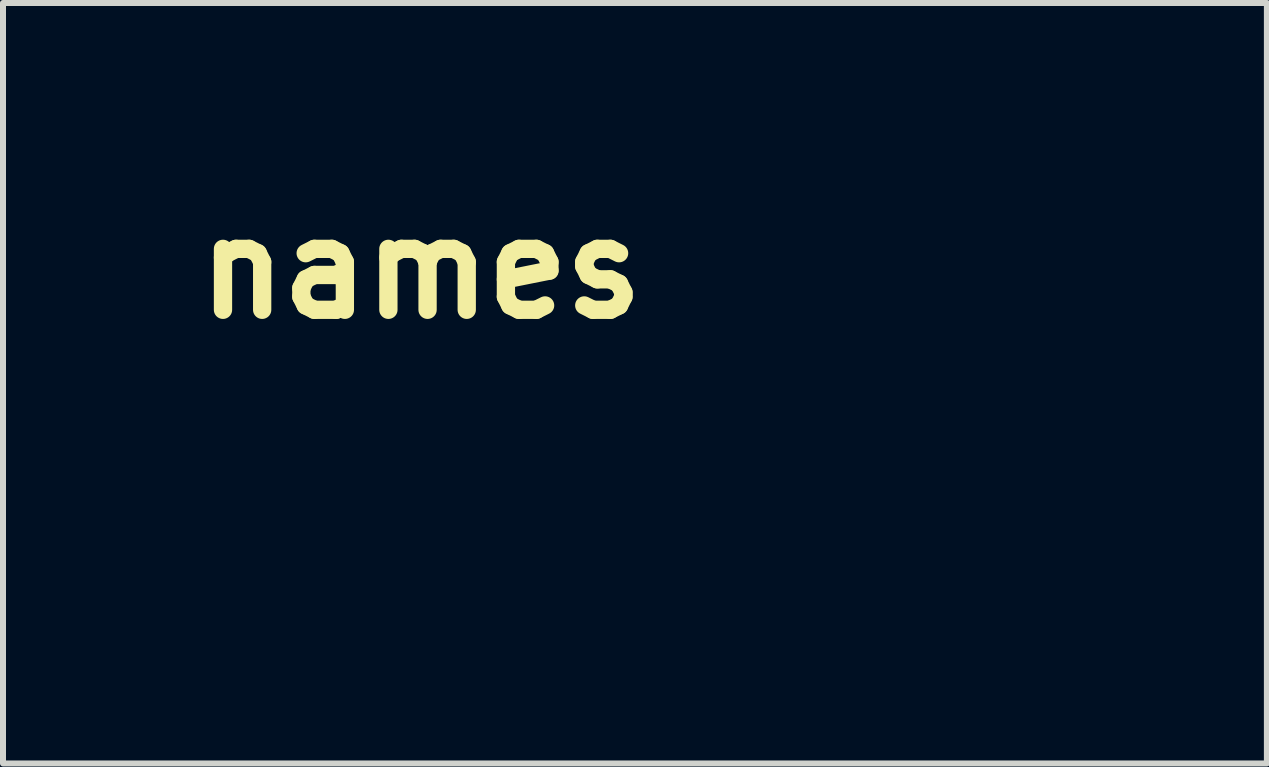
<source format=kicad_pcb>
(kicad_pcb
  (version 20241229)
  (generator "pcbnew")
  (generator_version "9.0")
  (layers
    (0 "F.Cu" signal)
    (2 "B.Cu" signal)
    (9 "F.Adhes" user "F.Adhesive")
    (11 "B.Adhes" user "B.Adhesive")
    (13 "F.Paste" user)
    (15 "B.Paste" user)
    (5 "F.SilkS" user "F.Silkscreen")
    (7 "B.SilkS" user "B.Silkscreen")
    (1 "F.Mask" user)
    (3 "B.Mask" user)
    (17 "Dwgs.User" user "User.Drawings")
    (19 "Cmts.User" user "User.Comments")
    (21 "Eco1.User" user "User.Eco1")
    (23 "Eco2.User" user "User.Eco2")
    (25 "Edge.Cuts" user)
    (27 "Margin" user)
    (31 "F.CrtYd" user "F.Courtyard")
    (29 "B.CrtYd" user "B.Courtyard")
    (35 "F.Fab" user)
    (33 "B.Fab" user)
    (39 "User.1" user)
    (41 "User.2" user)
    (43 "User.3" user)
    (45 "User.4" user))
  (footprint "names"
    (layer "F.Cu")
    (at 3.97 4.474)
    (property "Reference" "names" (at 0 -3.048 0) (layer "F.SilkS") (effects (font (size 1.524 1.524) (thickness 0.305))))
    (attr exclude_from_pos_files exclude_from_bom)
    (fp_poly (pts (xy 7.708 1.437) (xy 7.708 1.3) (xy 7.839 1.3) (xy 7.839 1.437) (xy 7.708 1.437)) (stroke (width 0) (type solid)) (fill yes) (layer "F.Mask"))
    (fp_poly (pts (xy 8.986 1.437) (xy 8.986 1.3) (xy 9.118 1.3) (xy 9.118 1.437) (xy 8.986 1.437)) (stroke (width 0) (type solid)) (fill yes) (layer "F.Mask"))
    (fp_poly (pts (xy 9.333 0.16) (xy 9.333 0.023) (xy 9.464 0.023) (xy 9.464 0.16) (xy 9.333 0.16)) (stroke (width 0) (type solid)) (fill yes) (layer "F.Mask"))
    (fp_poly (pts (xy 7.906 1.978) (xy 7.652 1.978) (xy 7.652 1.879) (xy 7.713 1.879) (xy 7.713 1.618) (xy 7.647 1.618) (xy 7.647 1.518) (xy 7.845 1.518) (xy 7.845 1.879) (xy 7.906 1.879) (xy 7.906 1.978)) (stroke (width 0) (type solid)) (fill yes) (layer "F.Mask"))
    (fp_poly (pts (xy 9.184 1.978) (xy 8.93 1.978) (xy 8.93 1.879) (xy 8.991 1.879) (xy 8.991 1.618) (xy 8.925 1.618) (xy 8.925 1.518) (xy 9.123 1.518) (xy 9.123 1.879) (xy 9.184 1.879) (xy 9.184 1.978)) (stroke (width 0) (type solid)) (fill yes) (layer "F.Mask"))
    (fp_poly (pts (xy 9.531 0.701) (xy 9.277 0.701) (xy 9.277 0.603) (xy 9.338 0.603) (xy 9.338 0.342) (xy 9.272 0.342) (xy 9.272 0.242) (xy 9.469 0.242) (xy 9.469 0.603) (xy 9.531 0.603) (xy 9.531 0.701)) (stroke (width 0) (type solid)) (fill yes) (layer "F.Mask"))
    (fp_poly (pts (xy 0.498 0.701) (xy 0 0.701) (xy 0 0.585) (xy 0.071 0.585) (xy 0.071 0.155) (xy 0 0.155) (xy 0 0.039) (xy 0.301 0.039) (xy 0.301 0.155) (xy 0.208 0.155) (xy 0.208 0.585) (xy 0.381 0.585) (xy 0.402 0.457) (xy 0.518 0.467) (xy 0.498 0.701)) (stroke (width 0) (type solid)) (fill yes) (layer "F.Mask"))
    (fp_poly (pts (xy 8.655 0.243) (xy 8.539 0.253) (xy 8.519 0.155) (xy 8.345 0.155) (xy 8.345 0.341) (xy 8.624 0.341) (xy 8.624 0.456) (xy 8.345 0.456) (xy 8.345 0.585) (xy 8.454 0.585) (xy 8.454 0.701) (xy 8.138 0.701) (xy 8.138 0.585) (xy 8.209 0.585) (xy 8.209 0.155) (xy 8.138 0.155) (xy 8.138 0.039) (xy 8.635 0.039) (xy 8.655 0.243)) (stroke (width 0) (type solid)) (fill yes) (layer "F.Mask"))
    (fp_poly (pts (xy 3.634 0.341) (xy 3.589 0.341) (xy 3.441 0.701) (xy 3.397 0.817) (xy 3.458 0.817) (xy 3.458 0.919) (xy 3.204 0.919) (xy 3.204 0.817) (xy 3.277 0.817) (xy 3.314 0.709) (xy 3.153 0.341) (xy 3.106 0.341) (xy 3.106 0.242) (xy 3.34 0.242) (xy 3.34 0.341) (xy 3.294 0.341) (xy 3.388 0.553) (xy 3.394 0.553) (xy 3.464 0.341) (xy 3.424 0.341) (xy 3.424 0.242) (xy 3.634 0.242) (xy 3.634 0.341)) (stroke (width 0) (type solid)) (fill yes) (layer "F.Mask"))
    (fp_poly (pts (xy 4.564 1.617) (xy 4.519 1.617) (xy 4.372 1.978) (xy 4.328 2.093) (xy 4.388 2.093) (xy 4.388 2.195) (xy 4.134 2.195) (xy 4.134 2.093) (xy 4.208 2.093) (xy 4.244 1.985) (xy 4.083 1.617) (xy 4.036 1.617) (xy 4.036 1.518) (xy 4.271 1.518) (xy 4.271 1.617) (xy 4.225 1.617) (xy 4.319 1.829) (xy 4.325 1.829) (xy 4.394 1.617) (xy 4.354 1.617) (xy 4.354 1.518) (xy 4.564 1.518) (xy 4.564 1.617)) (stroke (width 0) (type solid)) (fill yes) (layer "F.Mask"))
    (fp_poly (pts (xy 5.549 1.431) (xy 5.477 1.431) (xy 5.477 1.978) (xy 5.401 1.979) (xy 5.045 1.558) (xy 5.041 1.558) (xy 5.041 1.862) (xy 5.133 1.862) (xy 5.133 1.978) (xy 4.842 1.978) (xy 4.842 1.862) (xy 4.914 1.862) (xy 4.914 1.431) (xy 4.831 1.431) (xy 4.831 1.315) (xy 5.011 1.315) (xy 5.346 1.709) (xy 5.35 1.709) (xy 5.35 1.431) (xy 5.254 1.431) (xy 5.254 1.315) (xy 5.549 1.315) (xy 5.549 1.431)) (stroke (width 0) (type solid)) (fill yes) (layer "F.Mask"))
    (fp_poly (pts (xy 7.101 0.236) (xy 7.144 0.242) (xy 7.192 0.261) (xy 7.212 0.422) (xy 7.112 0.433) (xy 7.095 0.355) (xy 7.059 0.343) (xy 7.019 0.36) (xy 7.003 0.411) (xy 7.003 0.603) (xy 7.085 0.603) (xy 7.085 0.701) (xy 6.81 0.701) (xy 6.81 0.603) (xy 6.872 0.603) (xy 6.872 0.342) (xy 6.805 0.342) (xy 6.805 0.242) (xy 6.993 0.242) (xy 6.993 0.329) (xy 7.029 0.263) (xy 7.101 0.236) (xy 7.101 0.236)) (stroke (width 0) (type solid)) (fill yes) (layer "F.Mask"))
    (fp_poly (pts (xy 9.554 1.512) (xy 9.597 1.518) (xy 9.645 1.537) (xy 9.665 1.699) (xy 9.565 1.71) (xy 9.548 1.631) (xy 9.512 1.619) (xy 9.473 1.636) (xy 9.456 1.687) (xy 9.456 1.879) (xy 9.538 1.879) (xy 9.538 1.978) (xy 9.264 1.978) (xy 9.264 1.879) (xy 9.325 1.879) (xy 9.325 1.618) (xy 9.259 1.618) (xy 9.259 1.518) (xy 9.446 1.518) (xy 9.446 1.606) (xy 9.482 1.54) (xy 9.554 1.512) (xy 9.554 1.512)) (stroke (width 0) (type solid)) (fill yes) (layer "F.Mask"))
    (fp_poly (pts (xy 9.901 0.236) (xy 9.944 0.242) (xy 9.992 0.261) (xy 10.012 0.422) (xy 9.912 0.433) (xy 9.895 0.355) (xy 9.859 0.343) (xy 9.819 0.36) (xy 9.803 0.411) (xy 9.803 0.603) (xy 9.885 0.603) (xy 9.885 0.701) (xy 9.61 0.701) (xy 9.61 0.603) (xy 9.672 0.603) (xy 9.672 0.342) (xy 9.605 0.342) (xy 9.605 0.242) (xy 9.793 0.242) (xy 9.793 0.329) (xy 9.829 0.263) (xy 9.901 0.236) (xy 9.901 0.236)) (stroke (width 0) (type solid)) (fill yes) (layer "F.Mask"))
    (fp_poly (pts (xy 10.825 1.617) (xy 10.78 1.617) (xy 10.632 1.978) (xy 10.588 2.093) (xy 10.649 2.093) (xy 10.649 2.195) (xy 10.395 2.195) (xy 10.395 2.093) (xy 10.468 2.093) (xy 10.505 1.985) (xy 10.344 1.617) (xy 10.297 1.617) (xy 10.297 1.518) (xy 10.531 1.518) (xy 10.531 1.617) (xy 10.486 1.617) (xy 10.579 1.829) (xy 10.585 1.829) (xy 10.655 1.617) (xy 10.615 1.617) (xy 10.615 1.518) (xy 10.825 1.518) (xy 10.825 1.617)) (stroke (width 0) (type solid)) (fill yes) (layer "F.Mask"))
    (fp_poly (pts (xy 11.103 0.341) (xy 11.059 0.341) (xy 10.911 0.701) (xy 10.867 0.817) (xy 10.927 0.817) (xy 10.927 0.919) (xy 10.673 0.919) (xy 10.673 0.817) (xy 10.747 0.817) (xy 10.783 0.709) (xy 10.622 0.341) (xy 10.575 0.341) (xy 10.575 0.242) (xy 10.81 0.242) (xy 10.81 0.341) (xy 10.764 0.341) (xy 10.858 0.553) (xy 10.864 0.553) (xy 10.933 0.341) (xy 10.893 0.341) (xy 10.893 0.242) (xy 11.103 0.242) (xy 11.103 0.341)) (stroke (width 0) (type solid)) (fill yes) (layer "F.Mask"))
    (fp_poly (pts (xy 5.05 0.701) (xy 4.796 0.701) (xy 4.796 0.603) (xy 4.857 0.603) (xy 4.857 0.442) (xy 4.836 0.358) (xy 4.777 0.332) (xy 4.706 0.36) (xy 4.68 0.432) (xy 4.68 0.603) (xy 4.741 0.603) (xy 4.741 0.701) (xy 4.487 0.701) (xy 4.487 0.603) (xy 4.548 0.603) (xy 4.548 0.1) (xy 4.487 0.1) (xy 4.487 0.000015) (xy 4.68 0.000015) (xy 4.68 0.312) (xy 4.74 0.252) (xy 4.828 0.232) (xy 4.888 0.242) (xy 4.941 0.271) (xy 4.977 0.321) (xy 4.989 0.391) (xy 4.989 0.603) (xy 5.05 0.603) (xy 5.05 0.701)) (stroke (width 0) (type solid)) (fill yes) (layer "F.Mask"))
    (fp_poly (pts (xy 8.856 1.978) (xy 8.568 1.978) (xy 8.568 1.862) (xy 8.629 1.862) (xy 8.508 1.699) (xy 8.426 1.699) (xy 8.426 1.862) (xy 8.482 1.862) (xy 8.482 1.978) (xy 8.218 1.978) (xy 8.218 1.862) (xy 8.29 1.862) (xy 8.29 1.431) (xy 8.218 1.431) (xy 8.218 1.315) (xy 8.485 1.315) (xy 8.485 1.431) (xy 8.426 1.431) (xy 8.426 1.587) (xy 8.51 1.587) (xy 8.627 1.431) (xy 8.57 1.431) (xy 8.57 1.315) (xy 8.845 1.315) (xy 8.845 1.431) (xy 8.771 1.431) (xy 8.613 1.63) (xy 8.788 1.862) (xy 8.856 1.862) (xy 8.856 1.978)) (stroke (width 0) (type solid)) (fill yes) (layer "F.Mask"))
    (fp_poly (pts (xy 3.18 1.833) (xy 3.163 1.891) (xy 3.12 1.941) (xy 3.054 1.976) (xy 2.966 1.988) (xy 2.872 1.974) (xy 2.796 1.93) (xy 2.746 1.858) (xy 2.73 1.757) (xy 2.745 1.66) (xy 2.79 1.58) (xy 2.863 1.527) (xy 2.96 1.509) (xy 3.047 1.523) (xy 3.115 1.564) (xy 3.16 1.628) (xy 3.176 1.709) (xy 3.169 1.775) (xy 3.04 1.775) (xy 3.04 1.699) (xy 3.025 1.633) (xy 2.96 1.603) (xy 2.897 1.629) (xy 2.868 1.699) (xy 3.04 1.699) (xy 3.04 1.775) (xy 2.867 1.775) (xy 2.884 1.836) (xy 2.92 1.872) (xy 2.975 1.884) (xy 3.047 1.859) (xy 3.07 1.813) (xy 3.18 1.833)) (stroke (width 0) (type solid)) (fill yes) (layer "F.Mask"))
    (fp_poly (pts (xy 5.567 0.557) (xy 5.549 0.614) (xy 5.507 0.665) (xy 5.441 0.7) (xy 5.353 0.712) (xy 5.259 0.697) (xy 5.183 0.654) (xy 5.133 0.581) (xy 5.116 0.48) (xy 5.131 0.383) (xy 5.176 0.304) (xy 5.25 0.25) (xy 5.347 0.232) (xy 5.433 0.246) (xy 5.502 0.288) (xy 5.547 0.351) (xy 5.563 0.432) (xy 5.556 0.499) (xy 5.427 0.499) (xy 5.427 0.422) (xy 5.412 0.357) (xy 5.347 0.326) (xy 5.283 0.353) (xy 5.255 0.422) (xy 5.427 0.422) (xy 5.427 0.499) (xy 5.254 0.499) (xy 5.271 0.559) (xy 5.307 0.596) (xy 5.362 0.608) (xy 5.433 0.582) (xy 5.457 0.536) (xy 5.567 0.557)) (stroke (width 0) (type solid)) (fill yes) (layer "F.Mask"))
    (fp_poly (pts (xy 10.534 0.557) (xy 10.517 0.614) (xy 10.474 0.665) (xy 10.408 0.7) (xy 10.32 0.712) (xy 10.226 0.697) (xy 10.15 0.653) (xy 10.1 0.581) (xy 10.084 0.48) (xy 10.099 0.383) (xy 10.144 0.304) (xy 10.217 0.25) (xy 10.314 0.232) (xy 10.401 0.246) (xy 10.469 0.287) (xy 10.514 0.351) (xy 10.53 0.432) (xy 10.523 0.499) (xy 10.395 0.499) (xy 10.395 0.422) (xy 10.379 0.357) (xy 10.314 0.326) (xy 10.251 0.353) (xy 10.222 0.422) (xy 10.395 0.422) (xy 10.395 0.499) (xy 10.221 0.499) (xy 10.238 0.559) (xy 10.274 0.595) (xy 10.329 0.608) (xy 10.401 0.582) (xy 10.424 0.536) (xy 10.534 0.557)) (stroke (width 0) (type solid)) (fill yes) (layer "F.Mask"))
    (fp_poly (pts (xy 1.074 0.472) (xy 1.056 0.57) (xy 1.002 0.646) (xy 0.951 0.683) (xy 0.89 0.704) (xy 0.825 0.711) (xy 0.825 0.611) (xy 0.907 0.573) (xy 0.93 0.527) (xy 0.938 0.468) (xy 0.93 0.407) (xy 0.906 0.365) (xy 0.826 0.332) (xy 0.745 0.369) (xy 0.724 0.412) (xy 0.717 0.47) (xy 0.724 0.525) (xy 0.743 0.57) (xy 0.778 0.6) (xy 0.825 0.611) (xy 0.825 0.711) (xy 0.821 0.712) (xy 0.725 0.696) (xy 0.648 0.65) (xy 0.598 0.576) (xy 0.581 0.477) (xy 0.597 0.383) (xy 0.643 0.304) (xy 0.69 0.264) (xy 0.752 0.239) (xy 0.828 0.231) (xy 0.904 0.239) (xy 0.965 0.264) (xy 1.013 0.304) (xy 1.058 0.382) (xy 1.074 0.472)) (stroke (width 0) (type solid)) (fill yes) (layer "F.Mask"))
    (fp_poly (pts (xy 2.25 0.472) (xy 2.232 0.57) (xy 2.178 0.646) (xy 2.127 0.683) (xy 2.066 0.704) (xy 2.001 0.711) (xy 2.001 0.611) (xy 2.083 0.573) (xy 2.106 0.527) (xy 2.114 0.468) (xy 2.106 0.407) (xy 2.082 0.365) (xy 2.002 0.332) (xy 1.921 0.369) (xy 1.9 0.412) (xy 1.893 0.47) (xy 1.9 0.525) (xy 1.919 0.57) (xy 1.954 0.6) (xy 2.001 0.611) (xy 2.001 0.711) (xy 1.997 0.712) (xy 1.901 0.696) (xy 1.824 0.65) (xy 1.774 0.576) (xy 1.757 0.477) (xy 1.773 0.383) (xy 1.819 0.304) (xy 1.866 0.264) (xy 1.928 0.239) (xy 2.004 0.231) (xy 2.08 0.239) (xy 2.141 0.264) (xy 2.189 0.304) (xy 2.234 0.382) (xy 2.25 0.472)) (stroke (width 0) (type solid)) (fill yes) (layer "F.Mask"))
    (fp_poly (pts (xy 6.642 1.749) (xy 6.624 1.847) (xy 6.571 1.923) (xy 6.519 1.959) (xy 6.458 1.981) (xy 6.393 1.988) (xy 6.393 1.887) (xy 6.475 1.849) (xy 6.499 1.804) (xy 6.506 1.744) (xy 6.498 1.684) (xy 6.474 1.641) (xy 6.394 1.609) (xy 6.314 1.646) (xy 6.292 1.689) (xy 6.285 1.746) (xy 6.292 1.801) (xy 6.312 1.846) (xy 6.346 1.877) (xy 6.393 1.887) (xy 6.393 1.988) (xy 6.389 1.988) (xy 6.293 1.973) (xy 6.216 1.927) (xy 6.166 1.853) (xy 6.15 1.754) (xy 6.165 1.66) (xy 6.211 1.58) (xy 6.259 1.54) (xy 6.32 1.516) (xy 6.396 1.508) (xy 6.472 1.516) (xy 6.534 1.54) (xy 6.581 1.58) (xy 6.627 1.658) (xy 6.642 1.749)) (stroke (width 0) (type solid)) (fill yes) (layer "F.Mask"))
    (fp_poly (pts (xy 2.051 1.978) (xy 1.858 1.978) (xy 1.858 1.892) (xy 1.801 1.961) (xy 1.757 1.981) (xy 1.746 1.983) (xy 1.746 1.884) (xy 1.793 1.873) (xy 1.828 1.84) (xy 1.851 1.795) (xy 1.858 1.745) (xy 1.858 1.745) (xy 1.858 1.734) (xy 1.828 1.646) (xy 1.753 1.613) (xy 1.676 1.646) (xy 1.651 1.688) (xy 1.643 1.749) (xy 1.651 1.807) (xy 1.674 1.849) (xy 1.746 1.884) (xy 1.746 1.983) (xy 1.701 1.988) (xy 1.62 1.973) (xy 1.559 1.926) (xy 1.52 1.853) (xy 1.507 1.757) (xy 1.519 1.661) (xy 1.558 1.581) (xy 1.622 1.527) (xy 1.712 1.509) (xy 1.803 1.531) (xy 1.858 1.588) (xy 1.858 1.376) (xy 1.767 1.376) (xy 1.767 1.276) (xy 1.99 1.276) (xy 1.99 1.879) (xy 2.051 1.879) (xy 2.051 1.978)) (stroke (width 0) (type solid)) (fill yes) (layer "F.Mask"))
    (fp_poly (pts (xy 3.065 0.461) (xy 3.051 0.556) (xy 3.011 0.637) (xy 2.945 0.693) (xy 2.854 0.712) (xy 2.821 0.704) (xy 2.821 0.609) (xy 2.897 0.576) (xy 2.92 0.533) (xy 2.928 0.472) (xy 2.928 0.472) (xy 2.921 0.414) (xy 2.9 0.371) (xy 2.824 0.336) (xy 2.742 0.375) (xy 2.713 0.465) (xy 2.713 0.476) (xy 2.72 0.528) (xy 2.741 0.571) (xy 2.821 0.609) (xy 2.821 0.704) (xy 2.764 0.692) (xy 2.706 0.632) (xy 2.701 0.667) (xy 2.696 0.701) (xy 2.564 0.701) (xy 2.576 0.63) (xy 2.582 0.56) (xy 2.582 0.1) (xy 2.52 0.1) (xy 2.52 0.000007) (xy 2.713 0.000007) (xy 2.713 0.329) (xy 2.768 0.261) (xy 2.812 0.24) (xy 2.868 0.232) (xy 2.947 0.247) (xy 3.01 0.293) (xy 3.051 0.365) (xy 3.065 0.461)) (stroke (width 0) (type solid)) (fill yes) (layer "F.Mask"))
    (fp_poly (pts (xy 7.829 0.701) (xy 7.636 0.701) (xy 7.636 0.616) (xy 7.579 0.684) (xy 7.536 0.705) (xy 7.524 0.706) (xy 7.524 0.608) (xy 7.571 0.597) (xy 7.606 0.564) (xy 7.629 0.518) (xy 7.636 0.469) (xy 7.636 0.469) (xy 7.636 0.458) (xy 7.606 0.369) (xy 7.531 0.336) (xy 7.454 0.369) (xy 7.429 0.411) (xy 7.421 0.472) (xy 7.429 0.53) (xy 7.452 0.573) (xy 7.524 0.608) (xy 7.524 0.706) (xy 7.479 0.712) (xy 7.398 0.696) (xy 7.337 0.649) (xy 7.298 0.576) (xy 7.285 0.48) (xy 7.297 0.385) (xy 7.336 0.305) (xy 7.4 0.251) (xy 7.49 0.232) (xy 7.581 0.255) (xy 7.636 0.312) (xy 7.636 0.1) (xy 7.545 0.1) (xy 7.545 0) (xy 7.768 0) (xy 7.768 0.603) (xy 7.829 0.603) (xy 7.829 0.701)) (stroke (width 0) (type solid)) (fill yes) (layer "F.Mask"))
    (fp_poly (pts (xy 3.995 1.737) (xy 3.982 1.832) (xy 3.941 1.914) (xy 3.875 1.969) (xy 3.784 1.988) (xy 3.752 1.981) (xy 3.752 1.885) (xy 3.827 1.853) (xy 3.851 1.81) (xy 3.859 1.749) (xy 3.859 1.749) (xy 3.851 1.69) (xy 3.83 1.648) (xy 3.755 1.613) (xy 3.672 1.652) (xy 3.644 1.741) (xy 3.644 1.753) (xy 3.65 1.804) (xy 3.671 1.847) (xy 3.752 1.885) (xy 3.752 1.981) (xy 3.695 1.968) (xy 3.636 1.909) (xy 3.631 1.943) (xy 3.626 1.978) (xy 3.495 1.978) (xy 3.507 1.907) (xy 3.512 1.836) (xy 3.512 1.376) (xy 3.451 1.376) (xy 3.451 1.276) (xy 3.644 1.276) (xy 3.644 1.606) (xy 3.699 1.537) (xy 3.742 1.516) (xy 3.798 1.509) (xy 3.877 1.524) (xy 3.94 1.569) (xy 3.981 1.641) (xy 3.995 1.737) (xy 3.995 1.737)) (stroke (width 0) (type solid)) (fill yes) (layer "F.Mask"))
    (fp_poly (pts (xy 6.179 0.461) (xy 6.165 0.556) (xy 6.125 0.637) (xy 6.059 0.693) (xy 5.968 0.712) (xy 5.935 0.705) (xy 5.935 0.608) (xy 6.012 0.575) (xy 6.035 0.533) (xy 6.042 0.474) (xy 6.042 0.474) (xy 6.035 0.415) (xy 6.012 0.372) (xy 5.935 0.336) (xy 5.857 0.374) (xy 5.836 0.417) (xy 5.828 0.47) (xy 5.827 0.486) (xy 5.857 0.575) (xy 5.935 0.608) (xy 5.935 0.705) (xy 5.884 0.695) (xy 5.827 0.643) (xy 5.827 0.817) (xy 5.909 0.817) (xy 5.909 0.919) (xy 5.634 0.919) (xy 5.634 0.817) (xy 5.696 0.817) (xy 5.696 0.341) (xy 5.629 0.341) (xy 5.629 0.242) (xy 5.827 0.242) (xy 5.827 0.329) (xy 5.882 0.261) (xy 5.925 0.24) (xy 5.982 0.232) (xy 6.061 0.247) (xy 6.124 0.293) (xy 6.165 0.365) (xy 6.179 0.461)) (stroke (width 0) (type solid)) (fill yes) (layer "F.Mask"))
    (fp_poly (pts (xy 7.575 1.978) (xy 7.382 1.978) (xy 7.382 1.719) (xy 7.362 1.634) (xy 7.304 1.609) (xy 7.236 1.639) (xy 7.215 1.718) (xy 7.215 1.879) (xy 7.276 1.879) (xy 7.276 1.978) (xy 7.084 1.978) (xy 7.084 1.719) (xy 7.063 1.634) (xy 7.005 1.609) (xy 6.937 1.639) (xy 6.917 1.718) (xy 6.917 1.879) (xy 7.004 1.879) (xy 7.004 1.978) (xy 6.724 1.978) (xy 6.724 1.879) (xy 6.785 1.879) (xy 6.785 1.618) (xy 6.725 1.618) (xy 6.725 1.518) (xy 6.917 1.518) (xy 6.917 1.587) (xy 6.973 1.529) (xy 7.056 1.509) (xy 7.148 1.533) (xy 7.206 1.608) (xy 7.241 1.553) (xy 7.291 1.52) (xy 7.356 1.509) (xy 7.415 1.519) (xy 7.466 1.548) (xy 7.502 1.597) (xy 7.514 1.668) (xy 7.514 1.879) (xy 7.575 1.879) (xy 7.575 1.978)) (stroke (width 0) (type solid)) (fill yes) (layer "F.Mask"))
    (fp_poly (pts (xy 10.256 1.737) (xy 10.242 1.832) (xy 10.202 1.914) (xy 10.136 1.97) (xy 10.045 1.988) (xy 10.012 1.981) (xy 10.012 1.885) (xy 10.088 1.853) (xy 10.111 1.81) (xy 10.119 1.749) (xy 10.119 1.749) (xy 10.112 1.69) (xy 10.091 1.648) (xy 10.015 1.613) (xy 9.933 1.652) (xy 9.904 1.741) (xy 9.904 1.753) (xy 9.911 1.804) (xy 9.932 1.847) (xy 10.012 1.885) (xy 10.012 1.981) (xy 9.955 1.968) (xy 9.897 1.909) (xy 9.892 1.943) (xy 9.887 1.978) (xy 9.755 1.978) (xy 9.768 1.907) (xy 9.773 1.836) (xy 9.773 1.376) (xy 9.711 1.376) (xy 9.711 1.277) (xy 9.904 1.277) (xy 9.904 1.606) (xy 9.959 1.538) (xy 10.003 1.516) (xy 10.059 1.509) (xy 10.138 1.524) (xy 10.201 1.569) (xy 10.242 1.641) (xy 10.256 1.737) (xy 10.256 1.737)) (stroke (width 0) (type solid)) (fill yes) (layer "F.Mask"))
    (fp_poly (pts (xy 0.88 1.781) (xy 0.867 1.856) (xy 0.826 1.92) (xy 0.758 1.963) (xy 0.659 1.978) (xy 0.518 1.978) (xy 0.518 1.862) (xy 0.623 1.862) (xy 0.706 1.84) (xy 0.733 1.776) (xy 0.708 1.713) (xy 0.632 1.692) (xy 0.518 1.692) (xy 0.518 1.862) (xy 0.518 1.978) (xy 0.518 1.586) (xy 0.609 1.586) (xy 0.689 1.563) (xy 0.71 1.506) (xy 0.71 1.506) (xy 0.682 1.447) (xy 0.619 1.431) (xy 0.518 1.431) (xy 0.518 1.586) (xy 0.518 1.978) (xy 0.31 1.978) (xy 0.31 1.862) (xy 0.382 1.862) (xy 0.382 1.431) (xy 0.31 1.431) (xy 0.31 1.315) (xy 0.655 1.315) (xy 0.737 1.326) (xy 0.801 1.358) (xy 0.843 1.407) (xy 0.857 1.47) (xy 0.825 1.561) (xy 0.787 1.592) (xy 0.736 1.609) (xy 0.736 1.613) (xy 0.799 1.632) (xy 0.843 1.669) (xy 0.871 1.72) (xy 0.88 1.781) (xy 0.88 1.781)) (stroke (width 0) (type solid)) (fill yes) (layer "F.Mask"))
    (fp_poly (pts (xy 4.407 0.501) (xy 4.39 0.591) (xy 4.338 0.658) (xy 4.286 0.688) (xy 4.222 0.706) (xy 4.147 0.712) (xy 4.08 0.707) (xy 4.013 0.694) (xy 3.953 0.673) (xy 3.908 0.642) (xy 3.928 0.478) (xy 4.037 0.488) (xy 4.036 0.569) (xy 4.095 0.591) (xy 4.137 0.594) (xy 4.226 0.581) (xy 4.26 0.517) (xy 4.22 0.443) (xy 4.124 0.414) (xy 4.027 0.39) (xy 3.946 0.338) (xy 3.922 0.293) (xy 3.914 0.23) (xy 3.933 0.136) (xy 3.989 0.074) (xy 4.068 0.04) (xy 4.154 0.029) (xy 4.218 0.034) (xy 4.279 0.049) (xy 4.331 0.072) (xy 4.37 0.102) (xy 4.376 0.246) (xy 4.267 0.256) (xy 4.257 0.178) (xy 4.205 0.155) (xy 4.155 0.149) (xy 4.087 0.163) (xy 4.061 0.213) (xy 4.095 0.271) (xy 4.175 0.298) (xy 4.27 0.321) (xy 4.321 0.342) (xy 4.365 0.376) (xy 4.397 0.427) (xy 4.407 0.501) (xy 4.407 0.501)) (stroke (width 0) (type solid)) (fill yes) (layer "F.Mask"))
    (fp_poly (pts (xy 1.006 1.551) (xy 1.061 1.53) (xy 1.106 1.518) (xy 1.203 1.509) (xy 1.272 1.519) (xy 1.331 1.548) (xy 1.372 1.596) (xy 1.385 1.665) (xy 1.385 1.865) (xy 1.417 1.9) (xy 1.436 1.897) (xy 1.437 1.967) (xy 1.355 1.988) (xy 1.284 1.965) (xy 1.254 1.897) (xy 1.254 1.896) (xy 1.198 1.96) (xy 1.154 1.973) (xy 1.154 1.894) (xy 1.218 1.87) (xy 1.254 1.79) (xy 1.254 1.79) (xy 1.254 1.784) (xy 1.22 1.78) (xy 1.187 1.778) (xy 1.126 1.791) (xy 1.1 1.841) (xy 1.112 1.879) (xy 1.154 1.894) (xy 1.154 1.973) (xy 1.106 1.988) (xy 1.057 1.981) (xy 1.01 1.959) (xy 0.976 1.918) (xy 0.964 1.857) (xy 0.981 1.786) (xy 1.031 1.744) (xy 1.102 1.724) (xy 1.178 1.717) (xy 1.254 1.721) (xy 1.254 1.706) (xy 1.243 1.636) (xy 1.178 1.603) (xy 1.14 1.606) (xy 1.108 1.616) (xy 1.09 1.681) (xy 0.985 1.67) (xy 1.006 1.551)) (stroke (width 0) (type solid)) (fill yes) (layer "F.Mask"))
    (fp_poly (pts (xy 5.651 1.551) (xy 5.706 1.53) (xy 5.751 1.518) (xy 5.848 1.509) (xy 5.917 1.519) (xy 5.976 1.548) (xy 6.017 1.596) (xy 6.03 1.665) (xy 6.03 1.865) (xy 6.062 1.9) (xy 6.081 1.897) (xy 6.082 1.967) (xy 6 1.988) (xy 5.929 1.965) (xy 5.899 1.897) (xy 5.899 1.896) (xy 5.843 1.96) (xy 5.799 1.973) (xy 5.799 1.894) (xy 5.863 1.87) (xy 5.899 1.79) (xy 5.899 1.79) (xy 5.899 1.784) (xy 5.865 1.78) (xy 5.832 1.778) (xy 5.771 1.791) (xy 5.745 1.841) (xy 5.757 1.879) (xy 5.799 1.894) (xy 5.799 1.973) (xy 5.751 1.988) (xy 5.702 1.981) (xy 5.655 1.959) (xy 5.621 1.918) (xy 5.609 1.857) (xy 5.626 1.786) (xy 5.676 1.745) (xy 5.747 1.724) (xy 5.823 1.717) (xy 5.899 1.721) (xy 5.899 1.706) (xy 5.888 1.636) (xy 5.823 1.603) (xy 5.785 1.606) (xy 5.753 1.616) (xy 5.735 1.681) (xy 5.63 1.67) (xy 5.651 1.551)) (stroke (width 0) (type solid)) (fill yes) (layer "F.Mask"))
    (fp_poly (pts (xy 6.302 0.274) (xy 6.358 0.254) (xy 6.402 0.242) (xy 6.499 0.232) (xy 6.569 0.242) (xy 6.628 0.271) (xy 6.668 0.32) (xy 6.682 0.388) (xy 6.682 0.588) (xy 6.713 0.624) (xy 6.733 0.621) (xy 6.734 0.69) (xy 6.651 0.712) (xy 6.581 0.689) (xy 6.55 0.621) (xy 6.55 0.62) (xy 6.494 0.683) (xy 6.45 0.697) (xy 6.45 0.618) (xy 6.515 0.593) (xy 6.55 0.514) (xy 6.55 0.514) (xy 6.55 0.508) (xy 6.517 0.504) (xy 6.484 0.502) (xy 6.423 0.515) (xy 6.396 0.565) (xy 6.408 0.603) (xy 6.45 0.618) (xy 6.45 0.697) (xy 6.402 0.712) (xy 6.353 0.704) (xy 6.307 0.682) (xy 6.272 0.642) (xy 6.261 0.58) (xy 6.277 0.51) (xy 6.328 0.468) (xy 6.399 0.447) (xy 6.475 0.44) (xy 6.55 0.445) (xy 6.55 0.429) (xy 6.54 0.36) (xy 6.475 0.326) (xy 6.437 0.329) (xy 6.404 0.34) (xy 6.387 0.405) (xy 6.282 0.394) (xy 6.302 0.274)) (stroke (width 0) (type solid)) (fill yes) (layer "F.Mask"))
    (fp_poly (pts (xy 8.766 0.274) (xy 8.821 0.254) (xy 8.866 0.242) (xy 8.963 0.232) (xy 9.032 0.242) (xy 9.091 0.271) (xy 9.132 0.32) (xy 9.145 0.388) (xy 9.145 0.588) (xy 9.177 0.624) (xy 9.196 0.621) (xy 9.197 0.69) (xy 9.114 0.712) (xy 9.044 0.689) (xy 9.013 0.621) (xy 9.013 0.62) (xy 8.957 0.683) (xy 8.914 0.697) (xy 8.914 0.618) (xy 8.978 0.593) (xy 9.014 0.514) (xy 9.014 0.514) (xy 9.014 0.508) (xy 8.98 0.504) (xy 8.947 0.502) (xy 8.886 0.515) (xy 8.86 0.565) (xy 8.872 0.603) (xy 8.914 0.618) (xy 8.914 0.697) (xy 8.866 0.712) (xy 8.817 0.704) (xy 8.77 0.682) (xy 8.735 0.642) (xy 8.724 0.58) (xy 8.741 0.51) (xy 8.791 0.468) (xy 8.862 0.447) (xy 8.938 0.44) (xy 9.013 0.445) (xy 9.013 0.429) (xy 9.003 0.36) (xy 8.938 0.326) (xy 8.9 0.329) (xy 8.868 0.34) (xy 8.85 0.405) (xy 8.745 0.394) (xy 8.766 0.274)) (stroke (width 0) (type solid)) (fill yes) (layer "F.Mask"))
    (fp_poly (pts (xy 1.692 0.342) (xy 1.631 0.342) (xy 1.631 0.678) (xy 1.615 0.778) (xy 1.568 0.857) (xy 1.52 0.896) (xy 1.456 0.92) (xy 1.377 0.928) (xy 1.307 0.92) (xy 1.24 0.898) (xy 1.184 0.857) (xy 1.145 0.79) (xy 1.246 0.733) (xy 1.304 0.801) (xy 1.378 0.824) (xy 1.426 0.814) (xy 1.464 0.785) (xy 1.49 0.739) (xy 1.499 0.678) (xy 1.499 0.618) (xy 1.445 0.677) (xy 1.403 0.695) (xy 1.388 0.697) (xy 1.388 0.597) (xy 1.471 0.559) (xy 1.499 0.469) (xy 1.499 0.469) (xy 1.499 0.458) (xy 1.47 0.369) (xy 1.396 0.336) (xy 1.323 0.369) (xy 1.301 0.411) (xy 1.294 0.472) (xy 1.301 0.529) (xy 1.32 0.568) (xy 1.388 0.597) (xy 1.388 0.697) (xy 1.348 0.701) (xy 1.273 0.687) (xy 1.208 0.645) (xy 1.162 0.576) (xy 1.147 0.48) (xy 1.161 0.385) (xy 1.202 0.305) (xy 1.268 0.251) (xy 1.354 0.232) (xy 1.444 0.255) (xy 1.499 0.313) (xy 1.499 0.242) (xy 1.692 0.242) (xy 1.692 0.342)) (stroke (width 0) (type solid)) (fill yes) (layer "F.Mask"))
    (fp_poly (pts (xy 2.663 1.618) (xy 2.602 1.618) (xy 2.602 1.954) (xy 2.586 2.054) (xy 2.54 2.134) (xy 2.491 2.173) (xy 2.427 2.196) (xy 2.348 2.204) (xy 2.278 2.197) (xy 2.211 2.175) (xy 2.155 2.133) (xy 2.117 2.067) (xy 2.218 2.01) (xy 2.275 2.078) (xy 2.349 2.1) (xy 2.397 2.091) (xy 2.436 2.062) (xy 2.462 2.016) (xy 2.47 1.954) (xy 2.47 1.894) (xy 2.416 1.953) (xy 2.374 1.972) (xy 2.359 1.973) (xy 2.359 1.874) (xy 2.442 1.835) (xy 2.47 1.745) (xy 2.47 1.745) (xy 2.47 1.734) (xy 2.441 1.646) (xy 2.367 1.613) (xy 2.294 1.646) (xy 2.273 1.688) (xy 2.265 1.749) (xy 2.272 1.806) (xy 2.291 1.844) (xy 2.359 1.874) (xy 2.359 1.973) (xy 2.319 1.978) (xy 2.244 1.964) (xy 2.179 1.922) (xy 2.134 1.853) (xy 2.119 1.757) (xy 2.132 1.661) (xy 2.174 1.581) (xy 2.239 1.527) (xy 2.326 1.509) (xy 2.415 1.531) (xy 2.47 1.589) (xy 2.47 1.518) (xy 2.663 1.518) (xy 2.663 1.618)) (stroke (width 0) (type solid)) (fill yes) (layer "F.Mask")))
  (gr_rect
    (start -3 -3)
    (end 18.073 9.679)
    (stroke (width 0.1) (type default))
    (fill no)
    (layer "Edge.Cuts")))
</source>
